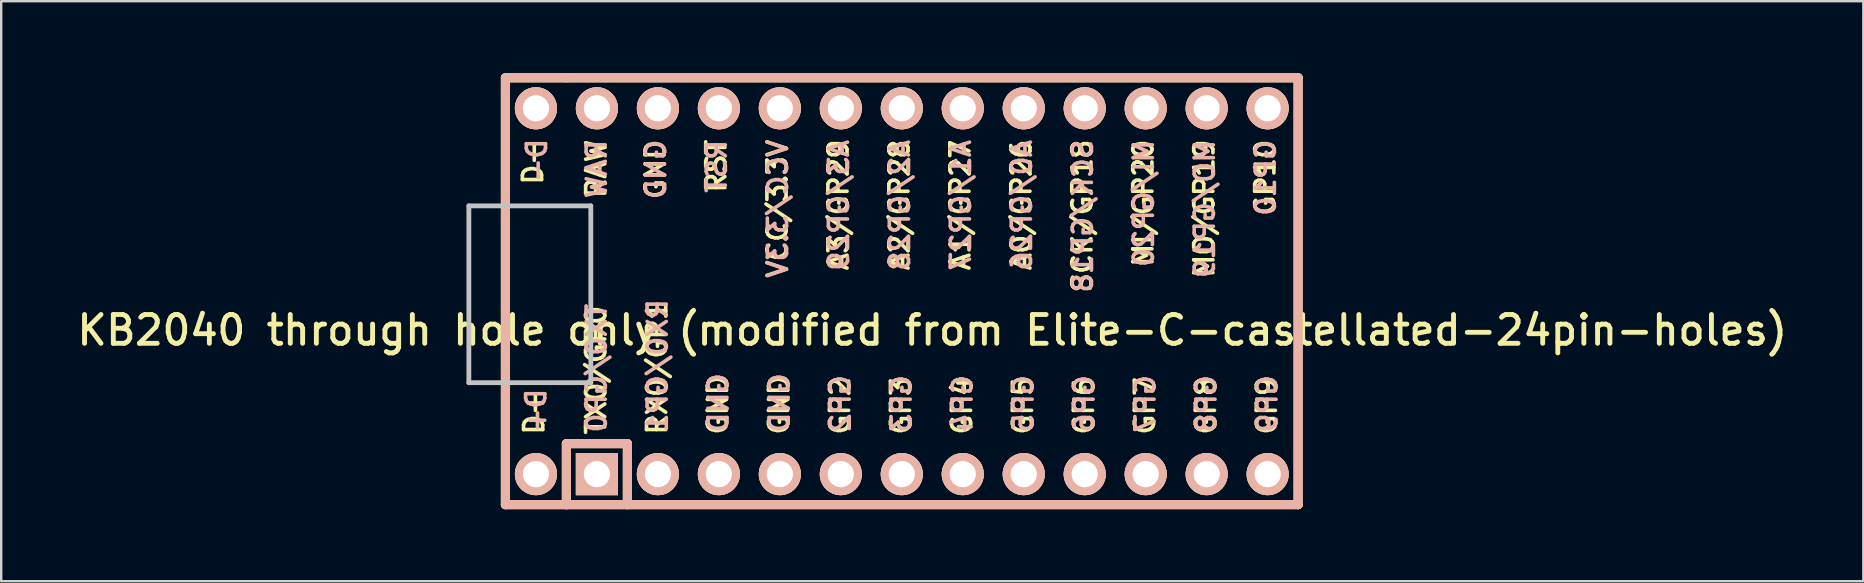
<source format=kicad_pcb>
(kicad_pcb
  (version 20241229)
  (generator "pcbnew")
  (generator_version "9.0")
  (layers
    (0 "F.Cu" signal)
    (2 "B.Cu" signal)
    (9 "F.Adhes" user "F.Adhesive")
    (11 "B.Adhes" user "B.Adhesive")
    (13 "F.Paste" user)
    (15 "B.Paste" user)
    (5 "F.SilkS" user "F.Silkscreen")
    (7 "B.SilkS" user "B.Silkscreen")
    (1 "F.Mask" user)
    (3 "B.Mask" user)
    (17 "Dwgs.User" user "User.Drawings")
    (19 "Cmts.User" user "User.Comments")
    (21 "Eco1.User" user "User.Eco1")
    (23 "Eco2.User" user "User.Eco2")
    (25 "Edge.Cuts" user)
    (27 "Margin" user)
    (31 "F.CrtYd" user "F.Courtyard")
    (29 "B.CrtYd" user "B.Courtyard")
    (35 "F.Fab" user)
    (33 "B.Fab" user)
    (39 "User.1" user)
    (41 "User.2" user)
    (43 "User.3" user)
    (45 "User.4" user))
  (footprint "KB2040 through hole only (modified from Elite-C-castellated-24pin-holes)"
    (layer "F.Cu")
    (at 35.785 9.081)
    (property "Reference" "KB2040 through hole only (modified from Elite-C-castellated-24pin-holes)" (at 0 1.625 0) (layer "F.SilkS") (effects (font (size 1.2 1.2) (thickness 0.203))))
    (attr through_hole)
    (fp_line (start -17.78 -8.89) (end -17.78 8.89) (stroke (width 0.381) (type solid)) (layer "F.SilkS"))
    (fp_line (start -17.78 8.89) (end -15.24 8.89) (stroke (width 0.381) (type solid)) (layer "F.SilkS"))
    (fp_line (start -15.24 -8.89) (end -17.78 -8.89) (stroke (width 0.381) (type solid)) (layer "F.SilkS"))
    (fp_line (start -15.24 6.35) (end -15.24 8.89) (stroke (width 0.381) (type solid)) (layer "F.SilkS"))
    (fp_line (start -15.24 6.35) (end -12.7 6.35) (stroke (width 0.381) (type solid)) (layer "F.SilkS"))
    (fp_line (start -15.24 8.89) (end 15.24 8.89) (stroke (width 0.381) (type solid)) (layer "F.SilkS"))
    (fp_line (start -12.7 6.35) (end -12.7 8.89) (stroke (width 0.381) (type solid)) (layer "F.SilkS"))
    (fp_line (start 15.24 -8.89) (end -15.24 -8.89) (stroke (width 0.381) (type solid)) (layer "F.SilkS"))
    (fp_line (start 15.24 8.89) (end 15.24 -8.89) (stroke (width 0.381) (type solid)) (layer "F.SilkS"))
    (fp_line (start -17.78 -8.89) (end -17.78 8.89) (stroke (width 0.381) (type solid)) (layer "B.SilkS"))
    (fp_line (start -17.78 8.89) (end 15.24 8.89) (stroke (width 0.381) (type solid)) (layer "B.SilkS"))
    (fp_line (start -15.24 6.35) (end -15.24 8.89) (stroke (width 0.381) (type solid)) (layer "B.SilkS"))
    (fp_line (start -12.7 6.35) (end -15.24 6.35) (stroke (width 0.381) (type solid)) (layer "B.SilkS"))
    (fp_line (start -12.7 6.35) (end -12.7 8.89) (stroke (width 0.381) (type solid)) (layer "B.SilkS"))
    (fp_line (start 15.24 -8.89) (end -17.78 -8.89) (stroke (width 0.381) (type solid)) (layer "B.SilkS"))
    (fp_line (start 15.24 8.89) (end 15.24 -8.89) (stroke (width 0.381) (type solid)) (layer "B.SilkS"))
    (fp_line (start -19.304 -3.556) (end -14.224 -3.556) (stroke (width 0.2) (type solid)) (layer "Dwgs.User"))
    (fp_line (start -19.304 3.81) (end -19.304 -3.556) (stroke (width 0.2) (type solid)) (layer "Dwgs.User"))
    (fp_line (start -14.224 -3.556) (end -14.224 3.81) (stroke (width 0.2) (type solid)) (layer "Dwgs.User"))
    (fp_line (start -14.224 3.81) (end -19.304 3.81) (stroke (width 0.2) (type solid)) (layer "Dwgs.User"))
    (fp_text user "MO/GP19" (at 11.328 -0.486 90) (layer "F.SilkS") (effects (font (size 0.8 0.8) (thickness 0.15)) (justify left)))
    (fp_text user "GP2" (at -3.846 3.493 90) (layer "F.SilkS") (effects (font (size 0.8 0.8) (thickness 0.15)) (justify right)))
    (fp_text user "GND" (at -6.386 3.416 90) (layer "F.SilkS") (effects (font (size 0.8 0.8) (thickness 0.15)) (justify right)))
    (fp_text user "RAW" (at -14.002 -3.8 90) (layer "F.SilkS") (effects (font (size 0.8 0.8) (thickness 0.15)) (justify left)))
    (fp_text user "VCC/3.3V" (at -6.452 -0.486 90) (layer "F.SilkS") (effects (font (size 0.8 0.8) (thickness 0.15)) (justify left)))
    (fp_text user "GND" (at -8.936 3.416 90) (layer "F.SilkS") (effects (font (size 0.8 0.8) (thickness 0.15)) (justify right)))
    (fp_text user "SCK/GP18" (at 6.248 0.124 90) (layer "F.SilkS") (effects (font (size 0.8 0.8) (thickness 0.15)) (justify left)))
    (fp_text user "A0/GP26" (at 3.708 -0.79 90) (layer "F.SilkS") (effects (font (size 0.8 0.8) (thickness 0.15)) (justify left)))
    (fp_text user "GP5" (at 3.774 3.493 90) (layer "F.SilkS") (effects (font (size 0.8 0.8) (thickness 0.15)) (justify right)))
    (fp_text user "RX0/GP1" (at -11.466 0.331 90) (layer "F.SilkS") (effects (font (size 0.8 0.8) (thickness 0.15)) (justify right)))
    (fp_text user "GP10" (at 13.868 -3.076 90) (layer "F.SilkS") (effects (font (size 0.8 0.8) (thickness 0.15)) (justify left)))
    (fp_text user "TX0/GP0" (at -14.006 0.521 90) (layer "F.SilkS") (effects (font (size 0.8 0.8) (thickness 0.15)) (justify right)))
    (fp_text user "D+" (at -16.589 4.064 90) (layer "F.SilkS") (effects (font (size 0.8 0.8) (thickness 0.15)) (justify right)))
    (fp_text user "GP3" (at -1.306 3.493 90) (layer "F.SilkS") (effects (font (size 0.8 0.8) (thickness 0.15)) (justify right)))
    (fp_text user "A2/GP28" (at -1.372 -0.79 90) (layer "F.SilkS") (effects (font (size 0.8 0.8) (thickness 0.15)) (justify left)))
    (fp_text user "MI/GP20" (at 8.788 -0.943 90) (layer "F.SilkS") (effects (font (size 0.8 0.8) (thickness 0.15)) (justify left)))
    (fp_text user "GP6" (at 6.314 3.493 90) (layer "F.SilkS") (effects (font (size 0.8 0.8) (thickness 0.15)) (justify right)))
    (fp_text user "RST" (at -9 -4.029 90) (layer "F.SilkS") (effects (font (size 0.8 0.8) (thickness 0.15)) (justify left)))
    (fp_text user "A1/GP27" (at 1.168 -0.79 90) (layer "F.SilkS") (effects (font (size 0.8 0.8) (thickness 0.15)) (justify left)))
    (fp_text user "D-" (at -16.637 -6.35 90) (layer "F.SilkS") (effects (font (size 0.8 0.8) (thickness 0.15)) (justify right)))
    (fp_text user "GP4" (at 1.234 3.493 90) (layer "F.SilkS") (effects (font (size 0.8 0.8) (thickness 0.15)) (justify right)))
    (fp_text user "GND" (at -11.532 -3.762 90) (layer "F.SilkS") (effects (font (size 0.8 0.8) (thickness 0.15)) (justify left)))
    (fp_text user "GP7" (at 8.854 3.493 90) (layer "F.SilkS") (effects (font (size 0.8 0.8) (thickness 0.15)) (justify right)))
    (fp_text user "GP8" (at 11.394 3.493 90) (layer "F.SilkS") (effects (font (size 0.8 0.8) (thickness 0.15)) (justify right)))
    (fp_text user "A3/GP29" (at -3.912 -0.79 90) (layer "F.SilkS") (effects (font (size 0.8 0.8) (thickness 0.15)) (justify left)))
    (fp_text user "GP9" (at 13.934 3.493 90) (layer "F.SilkS") (effects (font (size 0.8 0.8) (thickness 0.15)) (justify right)))
    (fp_text user "TX0/GP0" (at -13.982 5.969 270) (layer "B.SilkS") (effects (font (size 0.8 0.8) (thickness 0.15)) (justify right mirror)))
    (fp_text user "GND" (at -11.512 -6.385 270) (layer "B.SilkS") (effects (font (size 0.8 0.8) (thickness 0.15)) (justify left mirror)))
    (fp_text user "GP2" (at -3.822 5.969 270) (layer "B.SilkS") (effects (font (size 0.8 0.8) (thickness 0.15)) (justify right mirror)))
    (fp_text user "MI/GP20" (at 8.808 -6.385 270) (layer "B.SilkS") (effects (font (size 0.8 0.8) (thickness 0.15)) (justify left mirror)))
    (fp_text user "D+" (at -16.503 5.969 270) (layer "B.SilkS") (effects (font (size 0.8 0.8) (thickness 0.15)) (justify right mirror)))
    (fp_text user "MO/GP19" (at 11.348 -6.385 270) (layer "B.SilkS") (effects (font (size 0.8 0.8) (thickness 0.15)) (justify left mirror)))
    (fp_text user "GND" (at -6.362 5.969 270) (layer "B.SilkS") (effects (font (size 0.8 0.8) (thickness 0.15)) (justify right mirror)))
    (fp_text user "RX0/GP1" (at -11.442 5.969 270) (layer "B.SilkS") (effects (font (size 0.8 0.8) (thickness 0.15)) (justify right mirror)))
    (fp_text user "GP5" (at 3.798 5.969 270) (layer "B.SilkS") (effects (font (size 0.8 0.8) (thickness 0.15)) (justify right mirror)))
    (fp_text user "A0/GP26" (at 3.728 -6.385 270) (layer "B.SilkS") (effects (font (size 0.8 0.8) (thickness 0.15)) (justify left mirror)))
    (fp_text user "GP7" (at 8.878 5.969 270) (layer "B.SilkS") (effects (font (size 0.8 0.8) (thickness 0.15)) (justify right mirror)))
    (fp_text user "GND" (at -8.912 5.969 270) (layer "B.SilkS") (effects (font (size 0.8 0.8) (thickness 0.15)) (justify right mirror)))
    (fp_text user "A2/GP28" (at -1.352 -6.385 270) (layer "B.SilkS") (effects (font (size 0.8 0.8) (thickness 0.15)) (justify left mirror)))
    (fp_text user "GP6" (at 6.338 5.969 270) (layer "B.SilkS") (effects (font (size 0.8 0.8) (thickness 0.15)) (justify right mirror)))
    (fp_text user "GP8" (at 11.418 5.969 270) (layer "B.SilkS") (effects (font (size 0.8 0.8) (thickness 0.15)) (justify right mirror)))
    (fp_text user "A1/GP27" (at 1.188 -6.385 270) (layer "B.SilkS") (effects (font (size 0.8 0.8) (thickness 0.15)) (justify left mirror)))
    (fp_text user "D-" (at -16.474 -4.445 270) (layer "B.SilkS") (effects (font (size 0.8 0.8) (thickness 0.15)) (justify right mirror)))
    (fp_text user "RST" (at -8.981 -6.385 270) (layer "B.SilkS") (effects (font (size 0.8 0.8) (thickness 0.15)) (justify left mirror)))
    (fp_text user "A3/GP29" (at -3.892 -6.385 270) (layer "B.SilkS") (effects (font (size 0.8 0.8) (thickness 0.15)) (justify left mirror)))
    (fp_text user "SCK/GP18" (at 6.268 -6.385 270) (layer "B.SilkS") (effects (font (size 0.8 0.8) (thickness 0.15)) (justify left mirror)))
    (fp_text user "RAW" (at -13.982 -6.385 270) (layer "B.SilkS") (effects (font (size 0.8 0.8) (thickness 0.15)) (justify left mirror)))
    (fp_text user "GP3" (at -1.282 5.969 270) (layer "B.SilkS") (effects (font (size 0.8 0.8) (thickness 0.15)) (justify right mirror)))
    (fp_text user "GP10" (at 13.888 -6.385 270) (layer "B.SilkS") (effects (font (size 0.8 0.8) (thickness 0.15)) (justify left mirror)))
    (fp_text user "GP4" (at 1.258 5.969 270) (layer "B.SilkS") (effects (font (size 0.8 0.8) (thickness 0.15)) (justify right mirror)))
    (fp_text user "VCC/3.3V" (at -6.432 -6.385 270) (layer "B.SilkS") (effects (font (size 0.8 0.8) (thickness 0.15)) (justify left mirror)))
    (fp_text user "GP9" (at 13.958 5.969 270) (layer "B.SilkS") (effects (font (size 0.8 0.8) (thickness 0.15)) (justify right mirror)))
    (pad "0" thru_hole circle (at -16.51 7.62) (size 1.753 1.753) (drill 1.092) (layers "*.Cu" "*.SilkS" "*.Mask"))
    (pad "1" thru_hole rect (at -13.97 7.62) (size 1.753 1.753) (drill 1.092) (layers "*.Cu" "*.SilkS" "*.Mask"))
    (pad "2" thru_hole circle (at -11.43 7.62) (size 1.753 1.753) (drill 1.092) (layers "*.Cu" "*.SilkS" "*.Mask"))
    (pad "3" thru_hole circle (at -8.89 7.62) (size 1.753 1.753) (drill 1.092) (layers "*.Cu" "*.SilkS" "*.Mask"))
    (pad "4" thru_hole circle (at -6.35 7.62) (size 1.753 1.753) (drill 1.092) (layers "*.Cu" "*.SilkS" "*.Mask"))
    (pad "5" thru_hole circle (at -3.81 7.62) (size 1.753 1.753) (drill 1.092) (layers "*.Cu" "*.SilkS" "*.Mask"))
    (pad "6" thru_hole circle (at -1.27 7.62) (size 1.753 1.753) (drill 1.092) (layers "*.Cu" "*.SilkS" "*.Mask"))
    (pad "7" thru_hole circle (at 1.27 7.62) (size 1.753 1.753) (drill 1.092) (layers "*.Cu" "*.SilkS" "*.Mask"))
    (pad "8" thru_hole circle (at 3.81 7.62) (size 1.753 1.753) (drill 1.092) (layers "*.Cu" "*.SilkS" "*.Mask"))
    (pad "9" thru_hole circle (at 6.35 7.62) (size 1.753 1.753) (drill 1.092) (layers "*.Cu" "*.SilkS" "*.Mask"))
    (pad "10" thru_hole circle (at 8.89 7.62) (size 1.753 1.753) (drill 1.092) (layers "*.Cu" "*.SilkS" "*.Mask"))
    (pad "11" thru_hole circle (at 11.43 7.62) (size 1.753 1.753) (drill 1.092) (layers "*.Cu" "*.SilkS" "*.Mask"))
    (pad "12" thru_hole circle (at 13.97 7.62) (size 1.753 1.753) (drill 1.092) (layers "*.Cu" "*.SilkS" "*.Mask"))
    (pad "13" thru_hole circle (at 13.97 -7.62) (size 1.753 1.753) (drill 1.092) (layers "*.Cu" "*.SilkS" "*.Mask"))
    (pad "14" thru_hole circle (at 11.43 -7.62) (size 1.753 1.753) (drill 1.092) (layers "*.Cu" "*.SilkS" "*.Mask"))
    (pad "15" thru_hole circle (at 8.89 -7.62) (size 1.753 1.753) (drill 1.092) (layers "*.Cu" "*.SilkS" "*.Mask"))
    (pad "16" thru_hole circle (at 6.35 -7.62) (size 1.753 1.753) (drill 1.092) (layers "*.Cu" "*.SilkS" "*.Mask"))
    (pad "17" thru_hole circle (at 3.81 -7.62) (size 1.753 1.753) (drill 1.092) (layers "*.Cu" "*.SilkS" "*.Mask"))
    (pad "18" thru_hole circle (at 1.27 -7.62) (size 1.753 1.753) (drill 1.092) (layers "*.Cu" "*.SilkS" "*.Mask"))
    (pad "19" thru_hole circle (at -1.27 -7.62) (size 1.753 1.753) (drill 1.092) (layers "*.Cu" "*.SilkS" "*.Mask"))
    (pad "20" thru_hole circle (at -3.81 -7.62) (size 1.753 1.753) (drill 1.092) (layers "*.Cu" "*.SilkS" "*.Mask"))
    (pad "21" thru_hole circle (at -6.35 -7.62) (size 1.753 1.753) (drill 1.092) (layers "*.Cu" "*.SilkS" "*.Mask"))
    (pad "22" thru_hole circle (at -8.89 -7.62) (size 1.753 1.753) (drill 1.092) (layers "*.Cu" "*.SilkS" "*.Mask"))
    (pad "23" thru_hole circle (at -11.43 -7.62) (size 1.753 1.753) (drill 1.092) (layers "*.Cu" "*.SilkS" "*.Mask"))
    (pad "24" thru_hole circle (at -13.97 -7.62) (size 1.753 1.753) (drill 1.092) (layers "*.Cu" "*.SilkS" "*.Mask"))
    (pad "25" thru_hole circle (at -16.51 -7.62) (size 1.753 1.753) (drill 1.092) (layers "*.Cu" "*.SilkS" "*.Mask")))
  (gr_rect
    (start -3 -3)
    (end 74.57 21.161)
    (stroke (width 0.1) (type default))
    (fill no)
    (layer "Edge.Cuts")))
</source>
